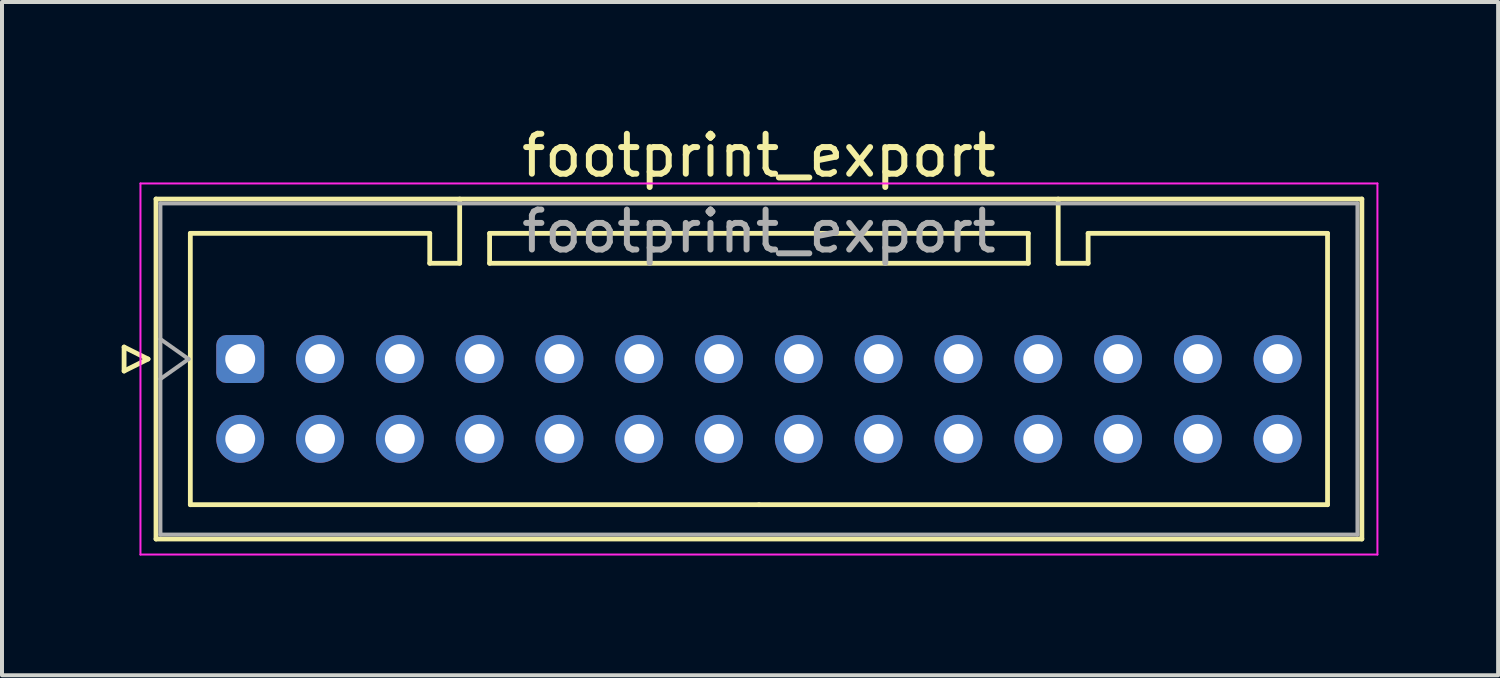
<source format=kicad_pcb>
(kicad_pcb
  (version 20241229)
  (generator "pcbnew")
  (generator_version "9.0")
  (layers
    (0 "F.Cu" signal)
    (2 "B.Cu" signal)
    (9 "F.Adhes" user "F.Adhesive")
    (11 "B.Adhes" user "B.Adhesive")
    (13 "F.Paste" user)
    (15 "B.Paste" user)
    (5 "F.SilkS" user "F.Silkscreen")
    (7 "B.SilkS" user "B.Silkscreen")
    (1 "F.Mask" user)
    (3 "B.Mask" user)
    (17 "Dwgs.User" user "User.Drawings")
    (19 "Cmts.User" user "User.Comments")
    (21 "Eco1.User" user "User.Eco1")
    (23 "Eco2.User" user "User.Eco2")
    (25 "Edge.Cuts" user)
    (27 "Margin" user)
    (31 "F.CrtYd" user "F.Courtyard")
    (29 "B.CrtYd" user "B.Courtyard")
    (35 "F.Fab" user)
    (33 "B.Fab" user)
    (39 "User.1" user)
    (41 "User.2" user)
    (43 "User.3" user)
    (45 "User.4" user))
  (footprint "footprint_export"
    (layer "F.Cu")
    (at 2.97 5.948)
    (property "Reference" "footprint_export" (at 13 -5.1 0) (layer "F.SilkS") (effects (font (size 1 1) (thickness 0.15))))
    (attr through_hole)
    (fp_line (start -2.91 -0.3) (end -2.31 0) (stroke (width 0.12) (type solid)) (layer "F.SilkS"))
    (fp_line (start -2.91 0.3) (end -2.91 -0.3) (stroke (width 0.12) (type solid)) (layer "F.SilkS"))
    (fp_line (start -2.31 0) (end -2.91 0.3) (stroke (width 0.12) (type solid)) (layer "F.SilkS"))
    (fp_line (start -2.11 -4.01) (end -2.11 4.51) (stroke (width 0.12) (type solid)) (layer "F.SilkS"))
    (fp_line (start -2.11 4.51) (end 28.11 4.51) (stroke (width 0.12) (type solid)) (layer "F.SilkS"))
    (fp_line (start -1.25 -3.15) (end -1.25 3.65) (stroke (width 0.12) (type solid)) (layer "F.SilkS"))
    (fp_line (start -1.25 3.65) (end 13 3.65) (stroke (width 0.12) (type solid)) (layer "F.SilkS"))
    (fp_line (start 4.75 -3.15) (end -1.25 -3.15) (stroke (width 0.12) (type solid)) (layer "F.SilkS"))
    (fp_line (start 4.75 -2.4) (end 4.75 -3.15) (stroke (width 0.12) (type solid)) (layer "F.SilkS"))
    (fp_line (start 5.5 -4.01) (end 5.5 -2.4) (stroke (width 0.12) (type solid)) (layer "F.SilkS"))
    (fp_line (start 5.5 -2.4) (end 4.75 -2.4) (stroke (width 0.12) (type solid)) (layer "F.SilkS"))
    (fp_line (start 6.25 -3.15) (end 6.25 -2.4) (stroke (width 0.12) (type solid)) (layer "F.SilkS"))
    (fp_line (start 6.25 -2.4) (end 19.75 -2.4) (stroke (width 0.12) (type solid)) (layer "F.SilkS"))
    (fp_line (start 19.75 -3.15) (end 6.25 -3.15) (stroke (width 0.12) (type solid)) (layer "F.SilkS"))
    (fp_line (start 19.75 -2.4) (end 19.75 -3.15) (stroke (width 0.12) (type solid)) (layer "F.SilkS"))
    (fp_line (start 20.5 -4.01) (end 20.5 -2.4) (stroke (width 0.12) (type solid)) (layer "F.SilkS"))
    (fp_line (start 20.5 -2.4) (end 21.25 -2.4) (stroke (width 0.12) (type solid)) (layer "F.SilkS"))
    (fp_line (start 21.25 -3.15) (end 27.25 -3.15) (stroke (width 0.12) (type solid)) (layer "F.SilkS"))
    (fp_line (start 21.25 -2.4) (end 21.25 -3.15) (stroke (width 0.12) (type solid)) (layer "F.SilkS"))
    (fp_line (start 27.25 -3.15) (end 27.25 3.65) (stroke (width 0.12) (type solid)) (layer "F.SilkS"))
    (fp_line (start 27.25 3.65) (end 13 3.65) (stroke (width 0.12) (type solid)) (layer "F.SilkS"))
    (fp_line (start 28.11 -4.01) (end -2.11 -4.01) (stroke (width 0.12) (type solid)) (layer "F.SilkS"))
    (fp_line (start 28.11 4.51) (end 28.11 -4.01) (stroke (width 0.12) (type solid)) (layer "F.SilkS"))
    (fp_line (start -2.5 -4.4) (end -2.5 4.9) (stroke (width 0.05) (type solid)) (layer "F.CrtYd"))
    (fp_line (start -2.5 4.9) (end 28.5 4.9) (stroke (width 0.05) (type solid)) (layer "F.CrtYd"))
    (fp_line (start 28.5 -4.4) (end -2.5 -4.4) (stroke (width 0.05) (type solid)) (layer "F.CrtYd"))
    (fp_line (start 28.5 4.9) (end 28.5 -4.4) (stroke (width 0.05) (type solid)) (layer "F.CrtYd"))
    (fp_line (start -2 -3.9) (end -2 4.4) (stroke (width 0.1) (type solid)) (layer "F.Fab"))
    (fp_line (start -2 0.5) (end -1.293 0) (stroke (width 0.1) (type solid)) (layer "F.Fab"))
    (fp_line (start -2 4.4) (end 28 4.4) (stroke (width 0.1) (type solid)) (layer "F.Fab"))
    (fp_line (start -1.293 0) (end -2 -0.5) (stroke (width 0.1) (type solid)) (layer "F.Fab"))
    (fp_line (start 28 -3.9) (end -2 -3.9) (stroke (width 0.1) (type solid)) (layer "F.Fab"))
    (fp_line (start 28 4.4) (end 28 -3.9) (stroke (width 0.1) (type solid)) (layer "F.Fab"))
    (fp_text user "${REFERENCE}" (at 13 -3.2 0) (layer "F.Fab") (effects (font (size 1 1) (thickness 0.15))))
    (pad "1" thru_hole roundrect (at 0 0) (size 1.2 1.2) (drill 0.75) (layers "*.Cu" "*.Mask") (roundrect_rratio 0.208))
    (pad "2" thru_hole circle (at 0 2) (size 1.2 1.2) (drill 0.75) (layers "*.Cu" "*.Mask"))
    (pad "3" thru_hole circle (at 2 0) (size 1.2 1.2) (drill 0.75) (layers "*.Cu" "*.Mask"))
    (pad "4" thru_hole circle (at 2 2) (size 1.2 1.2) (drill 0.75) (layers "*.Cu" "*.Mask"))
    (pad "5" thru_hole circle (at 4 0) (size 1.2 1.2) (drill 0.75) (layers "*.Cu" "*.Mask"))
    (pad "6" thru_hole circle (at 4 2) (size 1.2 1.2) (drill 0.75) (layers "*.Cu" "*.Mask"))
    (pad "7" thru_hole circle (at 6 0) (size 1.2 1.2) (drill 0.75) (layers "*.Cu" "*.Mask"))
    (pad "8" thru_hole circle (at 6 2) (size 1.2 1.2) (drill 0.75) (layers "*.Cu" "*.Mask"))
    (pad "9" thru_hole circle (at 8 0) (size 1.2 1.2) (drill 0.75) (layers "*.Cu" "*.Mask"))
    (pad "10" thru_hole circle (at 8 2) (size 1.2 1.2) (drill 0.75) (layers "*.Cu" "*.Mask"))
    (pad "11" thru_hole circle (at 10 0) (size 1.2 1.2) (drill 0.75) (layers "*.Cu" "*.Mask"))
    (pad "12" thru_hole circle (at 10 2) (size 1.2 1.2) (drill 0.75) (layers "*.Cu" "*.Mask"))
    (pad "13" thru_hole circle (at 12 0) (size 1.2 1.2) (drill 0.75) (layers "*.Cu" "*.Mask"))
    (pad "14" thru_hole circle (at 12 2) (size 1.2 1.2) (drill 0.75) (layers "*.Cu" "*.Mask"))
    (pad "15" thru_hole circle (at 14 0) (size 1.2 1.2) (drill 0.75) (layers "*.Cu" "*.Mask"))
    (pad "16" thru_hole circle (at 14 2) (size 1.2 1.2) (drill 0.75) (layers "*.Cu" "*.Mask"))
    (pad "17" thru_hole circle (at 16 0) (size 1.2 1.2) (drill 0.75) (layers "*.Cu" "*.Mask"))
    (pad "18" thru_hole circle (at 16 2) (size 1.2 1.2) (drill 0.75) (layers "*.Cu" "*.Mask"))
    (pad "19" thru_hole circle (at 18 0) (size 1.2 1.2) (drill 0.75) (layers "*.Cu" "*.Mask"))
    (pad "20" thru_hole circle (at 18 2) (size 1.2 1.2) (drill 0.75) (layers "*.Cu" "*.Mask"))
    (pad "21" thru_hole circle (at 20 0) (size 1.2 1.2) (drill 0.75) (layers "*.Cu" "*.Mask"))
    (pad "22" thru_hole circle (at 20 2) (size 1.2 1.2) (drill 0.75) (layers "*.Cu" "*.Mask"))
    (pad "23" thru_hole circle (at 22 0) (size 1.2 1.2) (drill 0.75) (layers "*.Cu" "*.Mask"))
    (pad "24" thru_hole circle (at 22 2) (size 1.2 1.2) (drill 0.75) (layers "*.Cu" "*.Mask"))
    (pad "25" thru_hole circle (at 24 0) (size 1.2 1.2) (drill 0.75) (layers "*.Cu" "*.Mask"))
    (pad "26" thru_hole circle (at 24 2) (size 1.2 1.2) (drill 0.75) (layers "*.Cu" "*.Mask"))
    (pad "27" thru_hole circle (at 26 0) (size 1.2 1.2) (drill 0.75) (layers "*.Cu" "*.Mask"))
    (pad "28" thru_hole circle (at 26 2) (size 1.2 1.2) (drill 0.75) (layers "*.Cu" "*.Mask")))
  (gr_rect
    (start -3 -3)
    (end 34.495 13.873)
    (stroke (width 0.1) (type default))
    (fill no)
    (layer "Edge.Cuts")))
</source>
